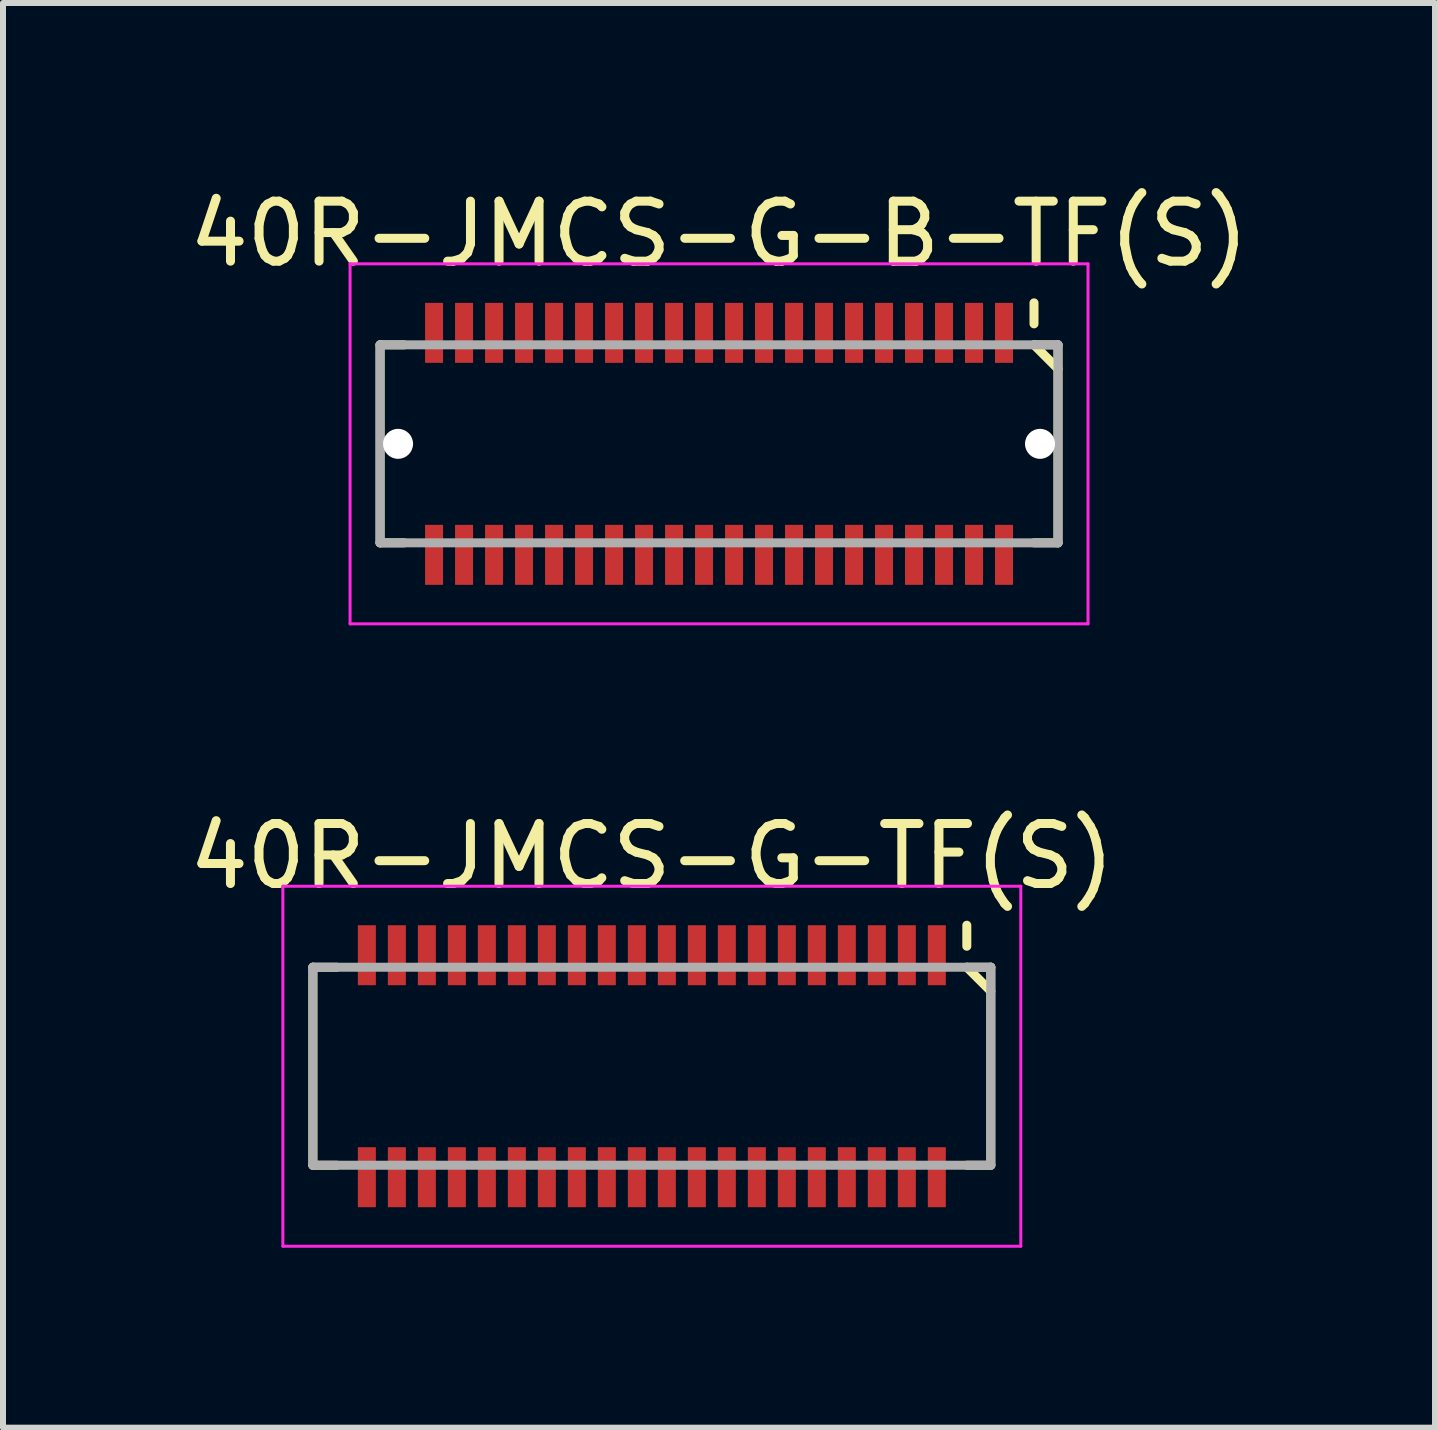
<source format=kicad_pcb>
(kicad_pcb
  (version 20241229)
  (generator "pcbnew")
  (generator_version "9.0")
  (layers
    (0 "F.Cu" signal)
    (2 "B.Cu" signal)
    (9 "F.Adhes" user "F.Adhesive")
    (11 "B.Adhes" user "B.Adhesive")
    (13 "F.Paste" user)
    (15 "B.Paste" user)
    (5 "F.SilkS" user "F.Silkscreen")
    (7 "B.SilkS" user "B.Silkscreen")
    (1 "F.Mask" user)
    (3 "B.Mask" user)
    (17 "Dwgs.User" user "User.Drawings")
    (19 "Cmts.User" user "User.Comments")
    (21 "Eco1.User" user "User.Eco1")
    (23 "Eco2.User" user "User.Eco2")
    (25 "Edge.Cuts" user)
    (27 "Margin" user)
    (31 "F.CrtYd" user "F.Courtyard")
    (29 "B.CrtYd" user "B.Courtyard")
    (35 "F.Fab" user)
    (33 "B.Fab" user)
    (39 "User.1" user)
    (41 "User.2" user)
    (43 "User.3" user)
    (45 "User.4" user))
  (footprint "40R-JMCS-G-B-TF(S)"
    (layer "F.Cu")
    (at 8.935 4.348)
    (property "Reference" "40R-JMCS-G-B-TF(S)" (at 0 -3.5 0) (layer "F.SilkS") (effects (font (size 1 1) (thickness 0.15))))
    (attr smd)
    (fp_line (start -5.65 -1.65) (end -5.65 1.65) (stroke (width 0.15) (type solid)) (layer "F.SilkS"))
    (fp_line (start -5.65 -1.65) (end -5.25 -1.65) (stroke (width 0.15) (type solid)) (layer "F.SilkS"))
    (fp_line (start -5.65 1.65) (end -5.25 1.65) (stroke (width 0.15) (type solid)) (layer "F.SilkS"))
    (fp_line (start 5.25 -2.35) (end 5.25 -2) (stroke (width 0.15) (type solid)) (layer "F.SilkS"))
    (fp_line (start 5.25 -1.65) (end 5.65 -1.65) (stroke (width 0.15) (type solid)) (layer "F.SilkS"))
    (fp_line (start 5.25 -1.65) (end 5.65 -1.25) (stroke (width 0.15) (type solid)) (layer "F.SilkS"))
    (fp_line (start 5.25 1.65) (end 5.65 1.65) (stroke (width 0.15) (type solid)) (layer "F.SilkS"))
    (fp_line (start 5.65 -1.65) (end 5.65 1.65) (stroke (width 0.15) (type solid)) (layer "F.SilkS"))
    (fp_line (start -6.15 -3) (end -6.15 3) (stroke (width 0.05) (type solid)) (layer "F.CrtYd"))
    (fp_line (start -6.15 -3) (end 6.15 -3) (stroke (width 0.05) (type solid)) (layer "F.CrtYd"))
    (fp_line (start -6.15 3) (end 6.15 3) (stroke (width 0.05) (type solid)) (layer "F.CrtYd"))
    (fp_line (start 6.15 -3) (end 6.15 3) (stroke (width 0.05) (type solid)) (layer "F.CrtYd"))
    (fp_line (start -5.65 -1.65) (end -5.65 1.65) (stroke (width 0.15) (type solid)) (layer "F.Fab"))
    (fp_line (start -5.65 -1.65) (end 5.65 -1.65) (stroke (width 0.15) (type solid)) (layer "F.Fab"))
    (fp_line (start -5.65 1.65) (end 5.65 1.65) (stroke (width 0.15) (type solid)) (layer "F.Fab"))
    (fp_line (start 5.65 -1.65) (end 5.65 1.65) (stroke (width 0.15) (type solid)) (layer "F.Fab"))
    (pad "" np_thru_hole circle (at -5.35 0) (size 0.5 0.5) (drill 0.5) (layers "*.Cu" "*.Mask"))
    (pad "" np_thru_hole circle (at 5.35 0) (size 0.5 0.5) (drill 0.5) (layers "*.Cu" "*.Mask"))
    (pad "1" smd rect (at 4.75 -1.85) (size 0.3 1) (layers "F.Cu" "F.Mask" "F.Paste"))
    (pad "2" smd rect (at 4.75 1.85) (size 0.3 1) (layers "F.Cu" "F.Mask" "F.Paste"))
    (pad "3" smd rect (at 4.25 -1.85) (size 0.3 1) (layers "F.Cu" "F.Mask" "F.Paste"))
    (pad "4" smd rect (at 4.25 1.85) (size 0.3 1) (layers "F.Cu" "F.Mask" "F.Paste"))
    (pad "5" smd rect (at 3.75 -1.85) (size 0.3 1) (layers "F.Cu" "F.Mask" "F.Paste"))
    (pad "6" smd rect (at 3.75 1.85) (size 0.3 1) (layers "F.Cu" "F.Mask" "F.Paste"))
    (pad "7" smd rect (at 3.25 -1.85) (size 0.3 1) (layers "F.Cu" "F.Mask" "F.Paste"))
    (pad "8" smd rect (at 3.25 1.85) (size 0.3 1) (layers "F.Cu" "F.Mask" "F.Paste"))
    (pad "9" smd rect (at 2.75 -1.85) (size 0.3 1) (layers "F.Cu" "F.Mask" "F.Paste"))
    (pad "10" smd rect (at 2.75 1.85) (size 0.3 1) (layers "F.Cu" "F.Mask" "F.Paste"))
    (pad "11" smd rect (at 2.25 -1.85) (size 0.3 1) (layers "F.Cu" "F.Mask" "F.Paste"))
    (pad "12" smd rect (at 2.25 1.85) (size 0.3 1) (layers "F.Cu" "F.Mask" "F.Paste"))
    (pad "13" smd rect (at 1.75 -1.85) (size 0.3 1) (layers "F.Cu" "F.Mask" "F.Paste"))
    (pad "14" smd rect (at 1.75 1.85) (size 0.3 1) (layers "F.Cu" "F.Mask" "F.Paste"))
    (pad "15" smd rect (at 1.25 -1.85) (size 0.3 1) (layers "F.Cu" "F.Mask" "F.Paste"))
    (pad "16" smd rect (at 1.25 1.85) (size 0.3 1) (layers "F.Cu" "F.Mask" "F.Paste"))
    (pad "17" smd rect (at 0.75 -1.85) (size 0.3 1) (layers "F.Cu" "F.Mask" "F.Paste"))
    (pad "18" smd rect (at 0.75 1.85) (size 0.3 1) (layers "F.Cu" "F.Mask" "F.Paste"))
    (pad "19" smd rect (at 0.25 -1.85) (size 0.3 1) (layers "F.Cu" "F.Mask" "F.Paste"))
    (pad "20" smd rect (at 0.25 1.85) (size 0.3 1) (layers "F.Cu" "F.Mask" "F.Paste"))
    (pad "21" smd rect (at -0.25 -1.85) (size 0.3 1) (layers "F.Cu" "F.Mask" "F.Paste"))
    (pad "22" smd rect (at -0.25 1.85) (size 0.3 1) (layers "F.Cu" "F.Mask" "F.Paste"))
    (pad "23" smd rect (at -0.75 -1.85) (size 0.3 1) (layers "F.Cu" "F.Mask" "F.Paste"))
    (pad "24" smd rect (at -0.75 1.85) (size 0.3 1) (layers "F.Cu" "F.Mask" "F.Paste"))
    (pad "25" smd rect (at -1.25 -1.85) (size 0.3 1) (layers "F.Cu" "F.Mask" "F.Paste"))
    (pad "26" smd rect (at -1.25 1.85) (size 0.3 1) (layers "F.Cu" "F.Mask" "F.Paste"))
    (pad "27" smd rect (at -1.75 -1.85) (size 0.3 1) (layers "F.Cu" "F.Mask" "F.Paste"))
    (pad "28" smd rect (at -1.75 1.85) (size 0.3 1) (layers "F.Cu" "F.Mask" "F.Paste"))
    (pad "29" smd rect (at -2.25 -1.85) (size 0.3 1) (layers "F.Cu" "F.Mask" "F.Paste"))
    (pad "30" smd rect (at -2.25 1.85) (size 0.3 1) (layers "F.Cu" "F.Mask" "F.Paste"))
    (pad "31" smd rect (at -2.75 -1.85) (size 0.3 1) (layers "F.Cu" "F.Mask" "F.Paste"))
    (pad "32" smd rect (at -2.75 1.85) (size 0.3 1) (layers "F.Cu" "F.Mask" "F.Paste"))
    (pad "33" smd rect (at -3.25 -1.85) (size 0.3 1) (layers "F.Cu" "F.Mask" "F.Paste"))
    (pad "34" smd rect (at -3.25 1.85) (size 0.3 1) (layers "F.Cu" "F.Mask" "F.Paste"))
    (pad "35" smd rect (at -3.75 -1.85) (size 0.3 1) (layers "F.Cu" "F.Mask" "F.Paste"))
    (pad "36" smd rect (at -3.75 1.85) (size 0.3 1) (layers "F.Cu" "F.Mask" "F.Paste"))
    (pad "37" smd rect (at -4.25 -1.85) (size 0.3 1) (layers "F.Cu" "F.Mask" "F.Paste"))
    (pad "38" smd rect (at -4.25 1.85) (size 0.3 1) (layers "F.Cu" "F.Mask" "F.Paste"))
    (pad "39" smd rect (at -4.75 -1.85) (size 0.3 1) (layers "F.Cu" "F.Mask" "F.Paste"))
    (pad "40" smd rect (at -4.75 1.85) (size 0.3 1) (layers "F.Cu" "F.Mask" "F.Paste")))
  (footprint "40R-JMCS-G-TF(S)"
    (layer "F.Cu")
    (at 7.815 14.722)
    (property "Reference" "40R-JMCS-G-TF(S)" (at 0 -3.5 0) (layer "F.SilkS") (effects (font (size 1 1) (thickness 0.15))))
    (attr smd)
    (fp_line (start -5.65 -1.65) (end -5.65 1.65) (stroke (width 0.15) (type solid)) (layer "F.SilkS"))
    (fp_line (start -5.65 -1.65) (end -5.25 -1.65) (stroke (width 0.15) (type solid)) (layer "F.SilkS"))
    (fp_line (start -5.65 1.65) (end -5.25 1.65) (stroke (width 0.15) (type solid)) (layer "F.SilkS"))
    (fp_line (start 5.25 -2.35) (end 5.25 -2) (stroke (width 0.15) (type solid)) (layer "F.SilkS"))
    (fp_line (start 5.25 -1.65) (end 5.65 -1.65) (stroke (width 0.15) (type solid)) (layer "F.SilkS"))
    (fp_line (start 5.25 -1.65) (end 5.65 -1.25) (stroke (width 0.15) (type solid)) (layer "F.SilkS"))
    (fp_line (start 5.25 1.65) (end 5.65 1.65) (stroke (width 0.15) (type solid)) (layer "F.SilkS"))
    (fp_line (start 5.65 -1.65) (end 5.65 1.65) (stroke (width 0.15) (type solid)) (layer "F.SilkS"))
    (fp_line (start -6.15 -3) (end -6.15 3) (stroke (width 0.05) (type solid)) (layer "F.CrtYd"))
    (fp_line (start -6.15 -3) (end 6.15 -3) (stroke (width 0.05) (type solid)) (layer "F.CrtYd"))
    (fp_line (start -6.15 3) (end 6.15 3) (stroke (width 0.05) (type solid)) (layer "F.CrtYd"))
    (fp_line (start 6.15 -3) (end 6.15 3) (stroke (width 0.05) (type solid)) (layer "F.CrtYd"))
    (fp_line (start -5.65 -1.65) (end -5.65 1.65) (stroke (width 0.15) (type solid)) (layer "F.Fab"))
    (fp_line (start -5.65 -1.65) (end 5.65 -1.65) (stroke (width 0.15) (type solid)) (layer "F.Fab"))
    (fp_line (start -5.65 1.65) (end 5.65 1.65) (stroke (width 0.15) (type solid)) (layer "F.Fab"))
    (fp_line (start 5.65 -1.65) (end 5.65 1.65) (stroke (width 0.15) (type solid)) (layer "F.Fab"))
    (pad "1" smd rect (at 4.75 -1.85) (size 0.3 1) (layers "F.Cu" "F.Mask" "F.Paste"))
    (pad "2" smd rect (at 4.75 1.85) (size 0.3 1) (layers "F.Cu" "F.Mask" "F.Paste"))
    (pad "3" smd rect (at 4.25 -1.85) (size 0.3 1) (layers "F.Cu" "F.Mask" "F.Paste"))
    (pad "4" smd rect (at 4.25 1.85) (size 0.3 1) (layers "F.Cu" "F.Mask" "F.Paste"))
    (pad "5" smd rect (at 3.75 -1.85) (size 0.3 1) (layers "F.Cu" "F.Mask" "F.Paste"))
    (pad "6" smd rect (at 3.75 1.85) (size 0.3 1) (layers "F.Cu" "F.Mask" "F.Paste"))
    (pad "7" smd rect (at 3.25 -1.85) (size 0.3 1) (layers "F.Cu" "F.Mask" "F.Paste"))
    (pad "8" smd rect (at 3.25 1.85) (size 0.3 1) (layers "F.Cu" "F.Mask" "F.Paste"))
    (pad "9" smd rect (at 2.75 -1.85) (size 0.3 1) (layers "F.Cu" "F.Mask" "F.Paste"))
    (pad "10" smd rect (at 2.75 1.85) (size 0.3 1) (layers "F.Cu" "F.Mask" "F.Paste"))
    (pad "11" smd rect (at 2.25 -1.85) (size 0.3 1) (layers "F.Cu" "F.Mask" "F.Paste"))
    (pad "12" smd rect (at 2.25 1.85) (size 0.3 1) (layers "F.Cu" "F.Mask" "F.Paste"))
    (pad "13" smd rect (at 1.75 -1.85) (size 0.3 1) (layers "F.Cu" "F.Mask" "F.Paste"))
    (pad "14" smd rect (at 1.75 1.85) (size 0.3 1) (layers "F.Cu" "F.Mask" "F.Paste"))
    (pad "15" smd rect (at 1.25 -1.85) (size 0.3 1) (layers "F.Cu" "F.Mask" "F.Paste"))
    (pad "16" smd rect (at 1.25 1.85) (size 0.3 1) (layers "F.Cu" "F.Mask" "F.Paste"))
    (pad "17" smd rect (at 0.75 -1.85) (size 0.3 1) (layers "F.Cu" "F.Mask" "F.Paste"))
    (pad "18" smd rect (at 0.75 1.85) (size 0.3 1) (layers "F.Cu" "F.Mask" "F.Paste"))
    (pad "19" smd rect (at 0.25 -1.85) (size 0.3 1) (layers "F.Cu" "F.Mask" "F.Paste"))
    (pad "20" smd rect (at 0.25 1.85) (size 0.3 1) (layers "F.Cu" "F.Mask" "F.Paste"))
    (pad "21" smd rect (at -0.25 -1.85) (size 0.3 1) (layers "F.Cu" "F.Mask" "F.Paste"))
    (pad "22" smd rect (at -0.25 1.85) (size 0.3 1) (layers "F.Cu" "F.Mask" "F.Paste"))
    (pad "23" smd rect (at -0.75 -1.85) (size 0.3 1) (layers "F.Cu" "F.Mask" "F.Paste"))
    (pad "24" smd rect (at -0.75 1.85) (size 0.3 1) (layers "F.Cu" "F.Mask" "F.Paste"))
    (pad "25" smd rect (at -1.25 -1.85) (size 0.3 1) (layers "F.Cu" "F.Mask" "F.Paste"))
    (pad "26" smd rect (at -1.25 1.85) (size 0.3 1) (layers "F.Cu" "F.Mask" "F.Paste"))
    (pad "27" smd rect (at -1.75 -1.85) (size 0.3 1) (layers "F.Cu" "F.Mask" "F.Paste"))
    (pad "28" smd rect (at -1.75 1.85) (size 0.3 1) (layers "F.Cu" "F.Mask" "F.Paste"))
    (pad "29" smd rect (at -2.25 -1.85) (size 0.3 1) (layers "F.Cu" "F.Mask" "F.Paste"))
    (pad "30" smd rect (at -2.25 1.85) (size 0.3 1) (layers "F.Cu" "F.Mask" "F.Paste"))
    (pad "31" smd rect (at -2.75 -1.85) (size 0.3 1) (layers "F.Cu" "F.Mask" "F.Paste"))
    (pad "32" smd rect (at -2.75 1.85) (size 0.3 1) (layers "F.Cu" "F.Mask" "F.Paste"))
    (pad "33" smd rect (at -3.25 -1.85) (size 0.3 1) (layers "F.Cu" "F.Mask" "F.Paste"))
    (pad "34" smd rect (at -3.25 1.85) (size 0.3 1) (layers "F.Cu" "F.Mask" "F.Paste"))
    (pad "35" smd rect (at -3.75 -1.85) (size 0.3 1) (layers "F.Cu" "F.Mask" "F.Paste"))
    (pad "36" smd rect (at -3.75 1.85) (size 0.3 1) (layers "F.Cu" "F.Mask" "F.Paste"))
    (pad "37" smd rect (at -4.25 -1.85) (size 0.3 1) (layers "F.Cu" "F.Mask" "F.Paste"))
    (pad "38" smd rect (at -4.25 1.85) (size 0.3 1) (layers "F.Cu" "F.Mask" "F.Paste"))
    (pad "39" smd rect (at -4.75 -1.85) (size 0.3 1) (layers "F.Cu" "F.Mask" "F.Paste"))
    (pad "40" smd rect (at -4.75 1.85) (size 0.3 1) (layers "F.Cu" "F.Mask" "F.Paste")))
  (gr_rect
    (start -3 -3)
    (end 20.869 20.747)
    (stroke (width 0.1) (type default))
    (fill no)
    (layer "Edge.Cuts")))
</source>
